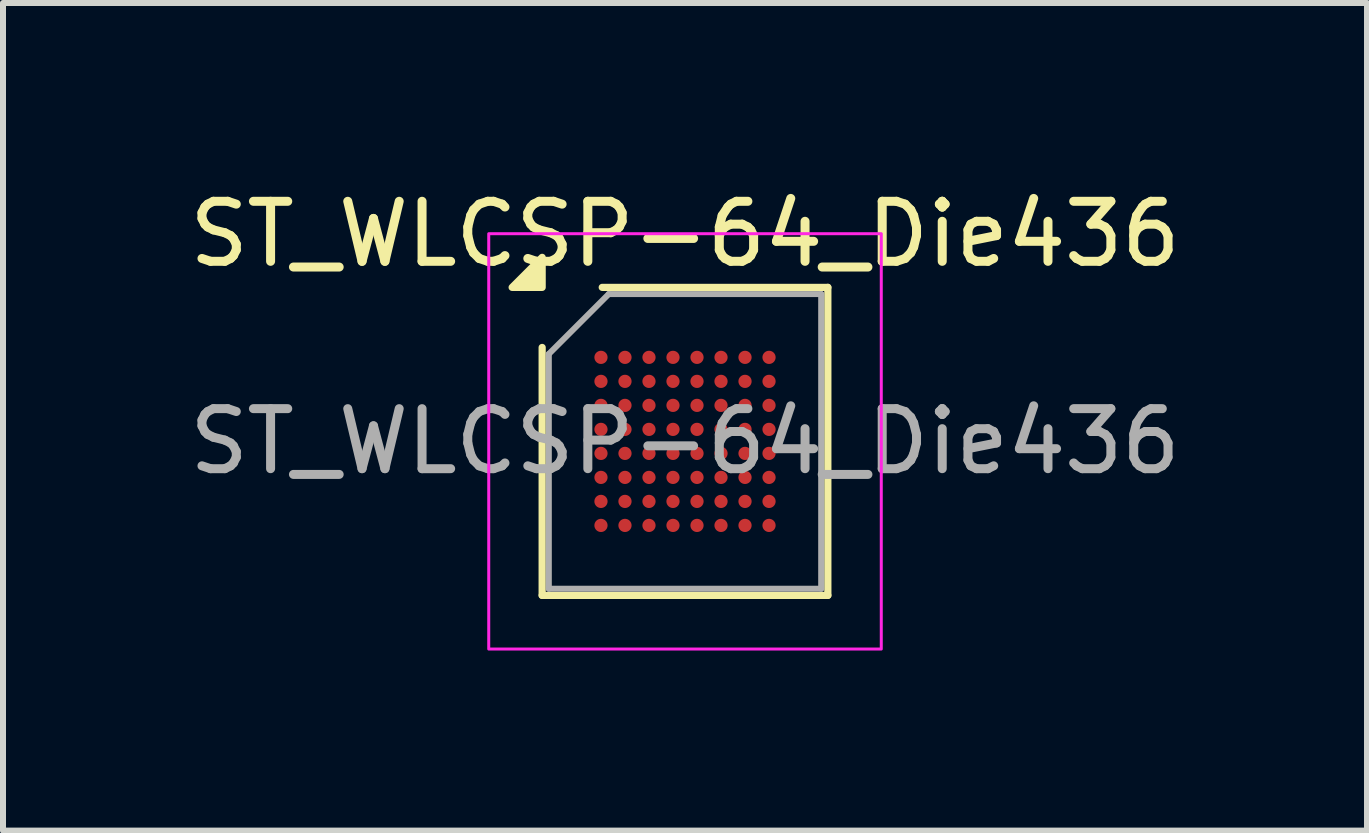
<source format=kicad_pcb>
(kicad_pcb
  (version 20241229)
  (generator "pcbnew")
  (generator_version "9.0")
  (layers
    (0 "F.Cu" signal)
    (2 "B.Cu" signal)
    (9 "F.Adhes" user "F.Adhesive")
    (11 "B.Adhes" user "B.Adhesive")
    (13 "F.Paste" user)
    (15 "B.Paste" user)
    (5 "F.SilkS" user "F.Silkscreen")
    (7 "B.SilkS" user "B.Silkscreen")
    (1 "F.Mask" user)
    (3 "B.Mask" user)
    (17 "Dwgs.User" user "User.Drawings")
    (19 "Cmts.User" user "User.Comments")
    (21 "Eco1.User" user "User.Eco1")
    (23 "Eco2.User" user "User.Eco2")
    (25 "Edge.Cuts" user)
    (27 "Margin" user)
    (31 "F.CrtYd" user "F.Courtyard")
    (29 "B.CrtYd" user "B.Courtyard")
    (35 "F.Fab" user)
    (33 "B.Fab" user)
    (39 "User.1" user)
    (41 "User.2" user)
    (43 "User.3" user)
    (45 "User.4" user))
  (footprint "ST_WLCSP-64_Die436"
    (layer "F.Cu")
    (at 8.363 4.304)
    (property "Reference" "ST_WLCSP-64_Die436" (at 0 -3.455 0) (layer "F.SilkS") (effects (font (size 1 1) (thickness 0.15))))
    (attr smd)
    (fp_line (start -2.38 2.566) (end -2.38 -1.565) (stroke (width 0.12) (type solid)) (layer "F.SilkS"))
    (fp_line (start -1.379 -2.566) (end 2.38 -2.566) (stroke (width 0.12) (type solid)) (layer "F.SilkS"))
    (fp_line (start 2.38 -2.566) (end 2.38 2.566) (stroke (width 0.12) (type solid)) (layer "F.SilkS"))
    (fp_line (start 2.38 2.566) (end -2.38 2.566) (stroke (width 0.12) (type solid)) (layer "F.SilkS"))
    (fp_poly (pts (xy -2.38 -2.566) (xy -2.88 -2.566) (xy -2.38 -3.066)) (stroke (width 0.12) (type solid)) (fill yes) (layer "F.SilkS"))
    (fp_rect (start -3.27 -3.46) (end 3.27 3.46) (stroke (width 0.05) (type solid)) (fill no) (layer "F.CrtYd"))
    (fp_line (start -2.269 -1.456) (end -1.27 -2.455) (stroke (width 0.1) (type solid)) (layer "F.Fab"))
    (fp_line (start -2.269 2.455) (end -2.269 -1.456) (stroke (width 0.1) (type solid)) (layer "F.Fab"))
    (fp_line (start -1.27 -2.455) (end 2.269 -2.455) (stroke (width 0.1) (type solid)) (layer "F.Fab"))
    (fp_line (start 2.269 -2.455) (end 2.269 2.455) (stroke (width 0.1) (type solid)) (layer "F.Fab"))
    (fp_line (start 2.269 2.455) (end -2.269 2.455) (stroke (width 0.1) (type solid)) (layer "F.Fab"))
    (fp_text user "${REFERENCE}" (at 0 0 0) (layer "F.Fab") (effects (font (size 1 1) (thickness 0.15))))
    (pad "A1" smd circle (at -1.4 -1.4) (size 0.22 0.22) (property pad_prop_bga) (layers "F.Cu" "F.Mask" "F.Paste"))
    (pad "A2" smd circle (at -1 -1.4) (size 0.22 0.22) (property pad_prop_bga) (layers "F.Cu" "F.Mask" "F.Paste"))
    (pad "A3" smd circle (at -0.6 -1.4) (size 0.22 0.22) (property pad_prop_bga) (layers "F.Cu" "F.Mask" "F.Paste"))
    (pad "A4" smd circle (at -0.2 -1.4) (size 0.22 0.22) (property pad_prop_bga) (layers "F.Cu" "F.Mask" "F.Paste"))
    (pad "A5" smd circle (at 0.2 -1.4) (size 0.22 0.22) (property pad_prop_bga) (layers "F.Cu" "F.Mask" "F.Paste"))
    (pad "A6" smd circle (at 0.6 -1.4) (size 0.22 0.22) (property pad_prop_bga) (layers "F.Cu" "F.Mask" "F.Paste"))
    (pad "A7" smd circle (at 1 -1.4) (size 0.22 0.22) (property pad_prop_bga) (layers "F.Cu" "F.Mask" "F.Paste"))
    (pad "A8" smd circle (at 1.4 -1.4) (size 0.22 0.22) (property pad_prop_bga) (layers "F.Cu" "F.Mask" "F.Paste"))
    (pad "B1" smd circle (at -1.4 -1) (size 0.22 0.22) (property pad_prop_bga) (layers "F.Cu" "F.Mask" "F.Paste"))
    (pad "B2" smd circle (at -1 -1) (size 0.22 0.22) (property pad_prop_bga) (layers "F.Cu" "F.Mask" "F.Paste"))
    (pad "B3" smd circle (at -0.6 -1) (size 0.22 0.22) (property pad_prop_bga) (layers "F.Cu" "F.Mask" "F.Paste"))
    (pad "B4" smd circle (at -0.2 -1) (size 0.22 0.22) (property pad_prop_bga) (layers "F.Cu" "F.Mask" "F.Paste"))
    (pad "B5" smd circle (at 0.2 -1) (size 0.22 0.22) (property pad_prop_bga) (layers "F.Cu" "F.Mask" "F.Paste"))
    (pad "B6" smd circle (at 0.6 -1) (size 0.22 0.22) (property pad_prop_bga) (layers "F.Cu" "F.Mask" "F.Paste"))
    (pad "B7" smd circle (at 1 -1) (size 0.22 0.22) (property pad_prop_bga) (layers "F.Cu" "F.Mask" "F.Paste"))
    (pad "B8" smd circle (at 1.4 -1) (size 0.22 0.22) (property pad_prop_bga) (layers "F.Cu" "F.Mask" "F.Paste"))
    (pad "C1" smd circle (at -1.4 -0.6) (size 0.22 0.22) (property pad_prop_bga) (layers "F.Cu" "F.Mask" "F.Paste"))
    (pad "C2" smd circle (at -1 -0.6) (size 0.22 0.22) (property pad_prop_bga) (layers "F.Cu" "F.Mask" "F.Paste"))
    (pad "C3" smd circle (at -0.6 -0.6) (size 0.22 0.22) (property pad_prop_bga) (layers "F.Cu" "F.Mask" "F.Paste"))
    (pad "C4" smd circle (at -0.2 -0.6) (size 0.22 0.22) (property pad_prop_bga) (layers "F.Cu" "F.Mask" "F.Paste"))
    (pad "C5" smd circle (at 0.2 -0.6) (size 0.22 0.22) (property pad_prop_bga) (layers "F.Cu" "F.Mask" "F.Paste"))
    (pad "C6" smd circle (at 0.6 -0.6) (size 0.22 0.22) (property pad_prop_bga) (layers "F.Cu" "F.Mask" "F.Paste"))
    (pad "C7" smd circle (at 1 -0.6) (size 0.22 0.22) (property pad_prop_bga) (layers "F.Cu" "F.Mask" "F.Paste"))
    (pad "C8" smd circle (at 1.4 -0.6) (size 0.22 0.22) (property pad_prop_bga) (layers "F.Cu" "F.Mask" "F.Paste"))
    (pad "D1" smd circle (at -1.4 -0.2) (size 0.22 0.22) (property pad_prop_bga) (layers "F.Cu" "F.Mask" "F.Paste"))
    (pad "D2" smd circle (at -1 -0.2) (size 0.22 0.22) (property pad_prop_bga) (layers "F.Cu" "F.Mask" "F.Paste"))
    (pad "D3" smd circle (at -0.6 -0.2) (size 0.22 0.22) (property pad_prop_bga) (layers "F.Cu" "F.Mask" "F.Paste"))
    (pad "D4" smd circle (at -0.2 -0.2) (size 0.22 0.22) (property pad_prop_bga) (layers "F.Cu" "F.Mask" "F.Paste"))
    (pad "D5" smd circle (at 0.2 -0.2) (size 0.22 0.22) (property pad_prop_bga) (layers "F.Cu" "F.Mask" "F.Paste"))
    (pad "D6" smd circle (at 0.6 -0.2) (size 0.22 0.22) (property pad_prop_bga) (layers "F.Cu" "F.Mask" "F.Paste"))
    (pad "D7" smd circle (at 1 -0.2) (size 0.22 0.22) (property pad_prop_bga) (layers "F.Cu" "F.Mask" "F.Paste"))
    (pad "D8" smd circle (at 1.4 -0.2) (size 0.22 0.22) (property pad_prop_bga) (layers "F.Cu" "F.Mask" "F.Paste"))
    (pad "E1" smd circle (at -1.4 0.2) (size 0.22 0.22) (property pad_prop_bga) (layers "F.Cu" "F.Mask" "F.Paste"))
    (pad "E2" smd circle (at -1 0.2) (size 0.22 0.22) (property pad_prop_bga) (layers "F.Cu" "F.Mask" "F.Paste"))
    (pad "E3" smd circle (at -0.6 0.2) (size 0.22 0.22) (property pad_prop_bga) (layers "F.Cu" "F.Mask" "F.Paste"))
    (pad "E4" smd circle (at -0.2 0.2) (size 0.22 0.22) (property pad_prop_bga) (layers "F.Cu" "F.Mask" "F.Paste"))
    (pad "E5" smd circle (at 0.2 0.2) (size 0.22 0.22) (property pad_prop_bga) (layers "F.Cu" "F.Mask" "F.Paste"))
    (pad "E6" smd circle (at 0.6 0.2) (size 0.22 0.22) (property pad_prop_bga) (layers "F.Cu" "F.Mask" "F.Paste"))
    (pad "E7" smd circle (at 1 0.2) (size 0.22 0.22) (property pad_prop_bga) (layers "F.Cu" "F.Mask" "F.Paste"))
    (pad "E8" smd circle (at 1.4 0.2) (size 0.22 0.22) (property pad_prop_bga) (layers "F.Cu" "F.Mask" "F.Paste"))
    (pad "F1" smd circle (at -1.4 0.6) (size 0.22 0.22) (property pad_prop_bga) (layers "F.Cu" "F.Mask" "F.Paste"))
    (pad "F2" smd circle (at -1 0.6) (size 0.22 0.22) (property pad_prop_bga) (layers "F.Cu" "F.Mask" "F.Paste"))
    (pad "F3" smd circle (at -0.6 0.6) (size 0.22 0.22) (property pad_prop_bga) (layers "F.Cu" "F.Mask" "F.Paste"))
    (pad "F4" smd circle (at -0.2 0.6) (size 0.22 0.22) (property pad_prop_bga) (layers "F.Cu" "F.Mask" "F.Paste"))
    (pad "F5" smd circle (at 0.2 0.6) (size 0.22 0.22) (property pad_prop_bga) (layers "F.Cu" "F.Mask" "F.Paste"))
    (pad "F6" smd circle (at 0.6 0.6) (size 0.22 0.22) (property pad_prop_bga) (layers "F.Cu" "F.Mask" "F.Paste"))
    (pad "F7" smd circle (at 1 0.6) (size 0.22 0.22) (property pad_prop_bga) (layers "F.Cu" "F.Mask" "F.Paste"))
    (pad "F8" smd circle (at 1.4 0.6) (size 0.22 0.22) (property pad_prop_bga) (layers "F.Cu" "F.Mask" "F.Paste"))
    (pad "G1" smd circle (at -1.4 1) (size 0.22 0.22) (property pad_prop_bga) (layers "F.Cu" "F.Mask" "F.Paste"))
    (pad "G2" smd circle (at -1 1) (size 0.22 0.22) (property pad_prop_bga) (layers "F.Cu" "F.Mask" "F.Paste"))
    (pad "G3" smd circle (at -0.6 1) (size 0.22 0.22) (property pad_prop_bga) (layers "F.Cu" "F.Mask" "F.Paste"))
    (pad "G4" smd circle (at -0.2 1) (size 0.22 0.22) (property pad_prop_bga) (layers "F.Cu" "F.Mask" "F.Paste"))
    (pad "G5" smd circle (at 0.2 1) (size 0.22 0.22) (property pad_prop_bga) (layers "F.Cu" "F.Mask" "F.Paste"))
    (pad "G6" smd circle (at 0.6 1) (size 0.22 0.22) (property pad_prop_bga) (layers "F.Cu" "F.Mask" "F.Paste"))
    (pad "G7" smd circle (at 1 1) (size 0.22 0.22) (property pad_prop_bga) (layers "F.Cu" "F.Mask" "F.Paste"))
    (pad "G8" smd circle (at 1.4 1) (size 0.22 0.22) (property pad_prop_bga) (layers "F.Cu" "F.Mask" "F.Paste"))
    (pad "H1" smd circle (at -1.4 1.4) (size 0.22 0.22) (property pad_prop_bga) (layers "F.Cu" "F.Mask" "F.Paste"))
    (pad "H2" smd circle (at -1 1.4) (size 0.22 0.22) (property pad_prop_bga) (layers "F.Cu" "F.Mask" "F.Paste"))
    (pad "H3" smd circle (at -0.6 1.4) (size 0.22 0.22) (property pad_prop_bga) (layers "F.Cu" "F.Mask" "F.Paste"))
    (pad "H4" smd circle (at -0.2 1.4) (size 0.22 0.22) (property pad_prop_bga) (layers "F.Cu" "F.Mask" "F.Paste"))
    (pad "H5" smd circle (at 0.2 1.4) (size 0.22 0.22) (property pad_prop_bga) (layers "F.Cu" "F.Mask" "F.Paste"))
    (pad "H6" smd circle (at 0.6 1.4) (size 0.22 0.22) (property pad_prop_bga) (layers "F.Cu" "F.Mask" "F.Paste"))
    (pad "H7" smd circle (at 1 1.4) (size 0.22 0.22) (property pad_prop_bga) (layers "F.Cu" "F.Mask" "F.Paste"))
    (pad "H8" smd circle (at 1.4 1.4) (size 0.22 0.22) (property pad_prop_bga) (layers "F.Cu" "F.Mask" "F.Paste")))
  (gr_rect
    (start -3 -3)
    (end 19.726 10.789)
    (stroke (width 0.1) (type default))
    (fill no)
    (layer "Edge.Cuts")))
</source>
